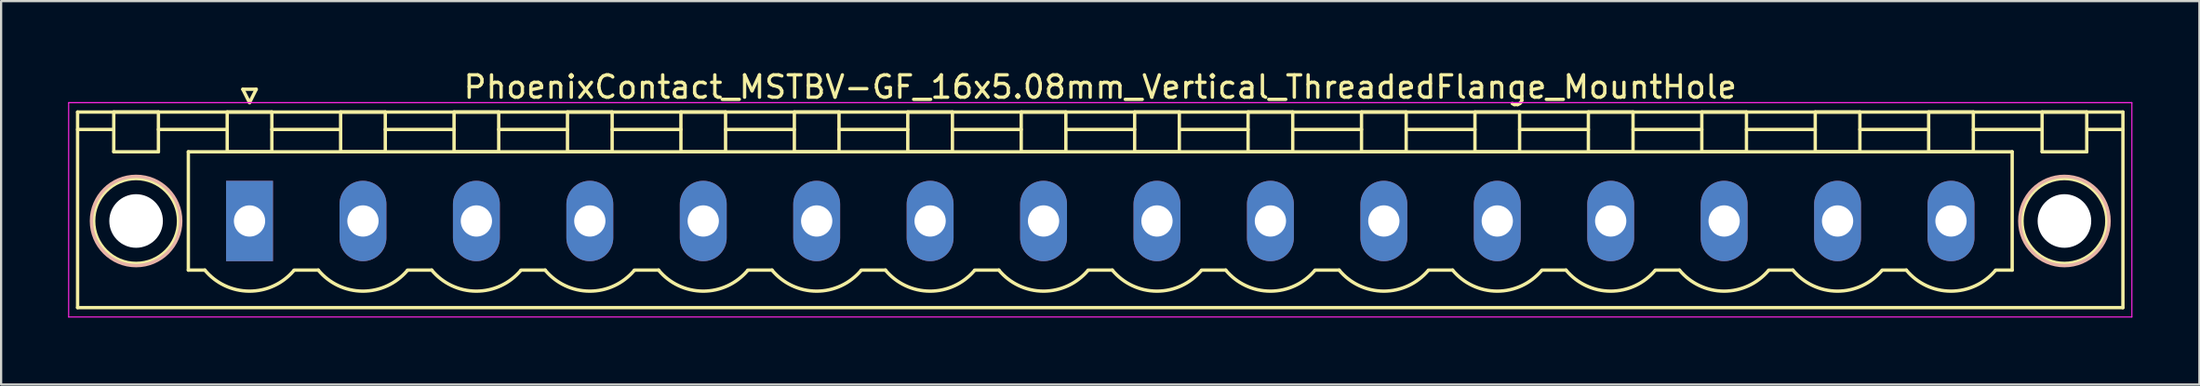
<source format=kicad_pcb>
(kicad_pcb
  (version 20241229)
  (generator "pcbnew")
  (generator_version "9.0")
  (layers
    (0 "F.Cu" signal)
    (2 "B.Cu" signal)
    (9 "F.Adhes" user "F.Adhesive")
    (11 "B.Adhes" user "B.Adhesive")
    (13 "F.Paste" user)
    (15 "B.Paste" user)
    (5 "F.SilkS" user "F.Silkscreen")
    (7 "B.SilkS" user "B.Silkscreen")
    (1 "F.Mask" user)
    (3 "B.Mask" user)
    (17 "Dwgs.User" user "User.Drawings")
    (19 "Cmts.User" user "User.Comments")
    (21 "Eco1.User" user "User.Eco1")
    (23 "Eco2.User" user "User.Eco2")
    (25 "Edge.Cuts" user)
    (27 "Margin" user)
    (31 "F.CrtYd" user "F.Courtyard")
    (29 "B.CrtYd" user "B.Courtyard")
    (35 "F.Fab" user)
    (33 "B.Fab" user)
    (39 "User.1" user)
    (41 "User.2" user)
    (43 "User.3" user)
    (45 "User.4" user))
  (footprint "PhoenixContact_MSTBV-GF_16x5.08mm_Vertical_ThreadedFlange_MountHole"
    (layer "F.Cu")
    (at 8.125 6.848)
    (property "Reference" "PhoenixContact_MSTBV-GF_16x5.08mm_Vertical_ThreadedFlange_MountHole" (at 38.1 -6 0) (layer "F.SilkS") (effects (font (size 1 1) (thickness 0.15))))
    (attr through_hole)
    (fp_line (start -7.7 -4.88) (end -7.7 3.88) (stroke (width 0.15) (type solid)) (layer "F.SilkS"))
    (fp_line (start -7.7 -4.1) (end -6.16 -4.1) (stroke (width 0.15) (type solid)) (layer "F.SilkS"))
    (fp_line (start -7.7 3.88) (end 83.9 3.88) (stroke (width 0.15) (type solid)) (layer "F.SilkS"))
    (fp_line (start -6.08 -4.88) (end -4.08 -4.88) (stroke (width 0.15) (type solid)) (layer "F.SilkS"))
    (fp_line (start -6.08 -3.1) (end -6.08 -4.88) (stroke (width 0.15) (type solid)) (layer "F.SilkS"))
    (fp_line (start -4.08 -4.88) (end -4.08 -3.1) (stroke (width 0.15) (type solid)) (layer "F.SilkS"))
    (fp_line (start -4.08 -4.1) (end -1 -4.1) (stroke (width 0.15) (type solid)) (layer "F.SilkS"))
    (fp_line (start -4.08 -3.1) (end -6.08 -3.1) (stroke (width 0.15) (type solid)) (layer "F.SilkS"))
    (fp_line (start -2.74 -3.1) (end 78.94 -3.1) (stroke (width 0.15) (type solid)) (layer "F.SilkS"))
    (fp_line (start -2.74 2.2) (end -2.74 -3.1) (stroke (width 0.15) (type solid)) (layer "F.SilkS"))
    (fp_line (start -2 2.2) (end -2.74 2.2) (stroke (width 0.15) (type solid)) (layer "F.SilkS"))
    (fp_line (start -1 -4.88) (end 1 -4.88) (stroke (width 0.15) (type solid)) (layer "F.SilkS"))
    (fp_line (start -1 -3.1) (end -1 -4.88) (stroke (width 0.15) (type solid)) (layer "F.SilkS"))
    (fp_line (start -0.3 -5.9) (end 0 -5.3) (stroke (width 0.15) (type solid)) (layer "F.SilkS"))
    (fp_line (start 0 -5.3) (end 0.3 -5.9) (stroke (width 0.15) (type solid)) (layer "F.SilkS"))
    (fp_line (start 0.3 -5.9) (end -0.3 -5.9) (stroke (width 0.15) (type solid)) (layer "F.SilkS"))
    (fp_line (start 1 -4.88) (end 1 -3.1) (stroke (width 0.15) (type solid)) (layer "F.SilkS"))
    (fp_line (start 1 -4.1) (end 4.08 -4.1) (stroke (width 0.15) (type solid)) (layer "F.SilkS"))
    (fp_line (start 1 -3.1) (end -1 -3.1) (stroke (width 0.15) (type solid)) (layer "F.SilkS"))
    (fp_line (start 2 2.2) (end 3.08 2.2) (stroke (width 0.15) (type solid)) (layer "F.SilkS"))
    (fp_line (start 4.08 -4.88) (end 6.08 -4.88) (stroke (width 0.15) (type solid)) (layer "F.SilkS"))
    (fp_line (start 4.08 -3.1) (end 4.08 -4.88) (stroke (width 0.15) (type solid)) (layer "F.SilkS"))
    (fp_line (start 6.08 -4.88) (end 6.08 -3.1) (stroke (width 0.15) (type solid)) (layer "F.SilkS"))
    (fp_line (start 6.08 -4.1) (end 9.16 -4.1) (stroke (width 0.15) (type solid)) (layer "F.SilkS"))
    (fp_line (start 6.08 -3.1) (end 4.08 -3.1) (stroke (width 0.15) (type solid)) (layer "F.SilkS"))
    (fp_line (start 7.08 2.2) (end 8.16 2.2) (stroke (width 0.15) (type solid)) (layer "F.SilkS"))
    (fp_line (start 9.16 -4.88) (end 11.16 -4.88) (stroke (width 0.15) (type solid)) (layer "F.SilkS"))
    (fp_line (start 9.16 -3.1) (end 9.16 -4.88) (stroke (width 0.15) (type solid)) (layer "F.SilkS"))
    (fp_line (start 11.16 -4.88) (end 11.16 -3.1) (stroke (width 0.15) (type solid)) (layer "F.SilkS"))
    (fp_line (start 11.16 -4.1) (end 14.24 -4.1) (stroke (width 0.15) (type solid)) (layer "F.SilkS"))
    (fp_line (start 11.16 -3.1) (end 9.16 -3.1) (stroke (width 0.15) (type solid)) (layer "F.SilkS"))
    (fp_line (start 12.16 2.2) (end 13.24 2.2) (stroke (width 0.15) (type solid)) (layer "F.SilkS"))
    (fp_line (start 14.24 -4.88) (end 16.24 -4.88) (stroke (width 0.15) (type solid)) (layer "F.SilkS"))
    (fp_line (start 14.24 -3.1) (end 14.24 -4.88) (stroke (width 0.15) (type solid)) (layer "F.SilkS"))
    (fp_line (start 16.24 -4.88) (end 16.24 -3.1) (stroke (width 0.15) (type solid)) (layer "F.SilkS"))
    (fp_line (start 16.24 -4.1) (end 19.32 -4.1) (stroke (width 0.15) (type solid)) (layer "F.SilkS"))
    (fp_line (start 16.24 -3.1) (end 14.24 -3.1) (stroke (width 0.15) (type solid)) (layer "F.SilkS"))
    (fp_line (start 17.24 2.2) (end 18.32 2.2) (stroke (width 0.15) (type solid)) (layer "F.SilkS"))
    (fp_line (start 19.32 -4.88) (end 21.32 -4.88) (stroke (width 0.15) (type solid)) (layer "F.SilkS"))
    (fp_line (start 19.32 -3.1) (end 19.32 -4.88) (stroke (width 0.15) (type solid)) (layer "F.SilkS"))
    (fp_line (start 21.32 -4.88) (end 21.32 -3.1) (stroke (width 0.15) (type solid)) (layer "F.SilkS"))
    (fp_line (start 21.32 -4.1) (end 24.4 -4.1) (stroke (width 0.15) (type solid)) (layer "F.SilkS"))
    (fp_line (start 21.32 -3.1) (end 19.32 -3.1) (stroke (width 0.15) (type solid)) (layer "F.SilkS"))
    (fp_line (start 22.32 2.2) (end 23.4 2.2) (stroke (width 0.15) (type solid)) (layer "F.SilkS"))
    (fp_line (start 24.4 -4.88) (end 26.4 -4.88) (stroke (width 0.15) (type solid)) (layer "F.SilkS"))
    (fp_line (start 24.4 -3.1) (end 24.4 -4.88) (stroke (width 0.15) (type solid)) (layer "F.SilkS"))
    (fp_line (start 26.4 -4.88) (end 26.4 -3.1) (stroke (width 0.15) (type solid)) (layer "F.SilkS"))
    (fp_line (start 26.4 -4.1) (end 29.48 -4.1) (stroke (width 0.15) (type solid)) (layer "F.SilkS"))
    (fp_line (start 26.4 -3.1) (end 24.4 -3.1) (stroke (width 0.15) (type solid)) (layer "F.SilkS"))
    (fp_line (start 27.4 2.2) (end 28.48 2.2) (stroke (width 0.15) (type solid)) (layer "F.SilkS"))
    (fp_line (start 29.48 -4.88) (end 31.48 -4.88) (stroke (width 0.15) (type solid)) (layer "F.SilkS"))
    (fp_line (start 29.48 -3.1) (end 29.48 -4.88) (stroke (width 0.15) (type solid)) (layer "F.SilkS"))
    (fp_line (start 31.48 -4.88) (end 31.48 -3.1) (stroke (width 0.15) (type solid)) (layer "F.SilkS"))
    (fp_line (start 31.48 -4.1) (end 34.56 -4.1) (stroke (width 0.15) (type solid)) (layer "F.SilkS"))
    (fp_line (start 31.48 -3.1) (end 29.48 -3.1) (stroke (width 0.15) (type solid)) (layer "F.SilkS"))
    (fp_line (start 32.48 2.2) (end 33.56 2.2) (stroke (width 0.15) (type solid)) (layer "F.SilkS"))
    (fp_line (start 34.56 -4.88) (end 36.56 -4.88) (stroke (width 0.15) (type solid)) (layer "F.SilkS"))
    (fp_line (start 34.56 -3.1) (end 34.56 -4.88) (stroke (width 0.15) (type solid)) (layer "F.SilkS"))
    (fp_line (start 36.56 -4.88) (end 36.56 -3.1) (stroke (width 0.15) (type solid)) (layer "F.SilkS"))
    (fp_line (start 36.56 -4.1) (end 39.64 -4.1) (stroke (width 0.15) (type solid)) (layer "F.SilkS"))
    (fp_line (start 36.56 -3.1) (end 34.56 -3.1) (stroke (width 0.15) (type solid)) (layer "F.SilkS"))
    (fp_line (start 37.56 2.2) (end 38.64 2.2) (stroke (width 0.15) (type solid)) (layer "F.SilkS"))
    (fp_line (start 39.64 -4.88) (end 41.64 -4.88) (stroke (width 0.15) (type solid)) (layer "F.SilkS"))
    (fp_line (start 39.64 -3.1) (end 39.64 -4.88) (stroke (width 0.15) (type solid)) (layer "F.SilkS"))
    (fp_line (start 41.64 -4.88) (end 41.64 -3.1) (stroke (width 0.15) (type solid)) (layer "F.SilkS"))
    (fp_line (start 41.64 -4.1) (end 44.72 -4.1) (stroke (width 0.15) (type solid)) (layer "F.SilkS"))
    (fp_line (start 41.64 -3.1) (end 39.64 -3.1) (stroke (width 0.15) (type solid)) (layer "F.SilkS"))
    (fp_line (start 42.64 2.2) (end 43.72 2.2) (stroke (width 0.15) (type solid)) (layer "F.SilkS"))
    (fp_line (start 44.72 -4.88) (end 46.72 -4.88) (stroke (width 0.15) (type solid)) (layer "F.SilkS"))
    (fp_line (start 44.72 -3.1) (end 44.72 -4.88) (stroke (width 0.15) (type solid)) (layer "F.SilkS"))
    (fp_line (start 46.72 -4.88) (end 46.72 -3.1) (stroke (width 0.15) (type solid)) (layer "F.SilkS"))
    (fp_line (start 46.72 -4.1) (end 49.8 -4.1) (stroke (width 0.15) (type solid)) (layer "F.SilkS"))
    (fp_line (start 46.72 -3.1) (end 44.72 -3.1) (stroke (width 0.15) (type solid)) (layer "F.SilkS"))
    (fp_line (start 47.72 2.2) (end 48.8 2.2) (stroke (width 0.15) (type solid)) (layer "F.SilkS"))
    (fp_line (start 49.8 -4.88) (end 51.8 -4.88) (stroke (width 0.15) (type solid)) (layer "F.SilkS"))
    (fp_line (start 49.8 -3.1) (end 49.8 -4.88) (stroke (width 0.15) (type solid)) (layer "F.SilkS"))
    (fp_line (start 51.8 -4.88) (end 51.8 -3.1) (stroke (width 0.15) (type solid)) (layer "F.SilkS"))
    (fp_line (start 51.8 -4.1) (end 54.88 -4.1) (stroke (width 0.15) (type solid)) (layer "F.SilkS"))
    (fp_line (start 51.8 -3.1) (end 49.8 -3.1) (stroke (width 0.15) (type solid)) (layer "F.SilkS"))
    (fp_line (start 52.8 2.2) (end 53.88 2.2) (stroke (width 0.15) (type solid)) (layer "F.SilkS"))
    (fp_line (start 54.88 -4.88) (end 56.88 -4.88) (stroke (width 0.15) (type solid)) (layer "F.SilkS"))
    (fp_line (start 54.88 -3.1) (end 54.88 -4.88) (stroke (width 0.15) (type solid)) (layer "F.SilkS"))
    (fp_line (start 56.88 -4.88) (end 56.88 -3.1) (stroke (width 0.15) (type solid)) (layer "F.SilkS"))
    (fp_line (start 56.88 -4.1) (end 59.96 -4.1) (stroke (width 0.15) (type solid)) (layer "F.SilkS"))
    (fp_line (start 56.88 -3.1) (end 54.88 -3.1) (stroke (width 0.15) (type solid)) (layer "F.SilkS"))
    (fp_line (start 57.88 2.2) (end 58.96 2.2) (stroke (width 0.15) (type solid)) (layer "F.SilkS"))
    (fp_line (start 59.96 -4.88) (end 61.96 -4.88) (stroke (width 0.15) (type solid)) (layer "F.SilkS"))
    (fp_line (start 59.96 -3.1) (end 59.96 -4.88) (stroke (width 0.15) (type solid)) (layer "F.SilkS"))
    (fp_line (start 61.96 -4.88) (end 61.96 -3.1) (stroke (width 0.15) (type solid)) (layer "F.SilkS"))
    (fp_line (start 61.96 -4.1) (end 65.04 -4.1) (stroke (width 0.15) (type solid)) (layer "F.SilkS"))
    (fp_line (start 61.96 -3.1) (end 59.96 -3.1) (stroke (width 0.15) (type solid)) (layer "F.SilkS"))
    (fp_line (start 62.96 2.2) (end 64.04 2.2) (stroke (width 0.15) (type solid)) (layer "F.SilkS"))
    (fp_line (start 65.04 -4.88) (end 67.04 -4.88) (stroke (width 0.15) (type solid)) (layer "F.SilkS"))
    (fp_line (start 65.04 -3.1) (end 65.04 -4.88) (stroke (width 0.15) (type solid)) (layer "F.SilkS"))
    (fp_line (start 67.04 -4.88) (end 67.04 -3.1) (stroke (width 0.15) (type solid)) (layer "F.SilkS"))
    (fp_line (start 67.04 -4.1) (end 70.12 -4.1) (stroke (width 0.15) (type solid)) (layer "F.SilkS"))
    (fp_line (start 67.04 -3.1) (end 65.04 -3.1) (stroke (width 0.15) (type solid)) (layer "F.SilkS"))
    (fp_line (start 68.04 2.2) (end 69.12 2.2) (stroke (width 0.15) (type solid)) (layer "F.SilkS"))
    (fp_line (start 70.12 -4.88) (end 72.12 -4.88) (stroke (width 0.15) (type solid)) (layer "F.SilkS"))
    (fp_line (start 70.12 -3.1) (end 70.12 -4.88) (stroke (width 0.15) (type solid)) (layer "F.SilkS"))
    (fp_line (start 72.12 -4.88) (end 72.12 -3.1) (stroke (width 0.15) (type solid)) (layer "F.SilkS"))
    (fp_line (start 72.12 -4.1) (end 75.2 -4.1) (stroke (width 0.15) (type solid)) (layer "F.SilkS"))
    (fp_line (start 72.12 -3.1) (end 70.12 -3.1) (stroke (width 0.15) (type solid)) (layer "F.SilkS"))
    (fp_line (start 73.12 2.2) (end 74.2 2.2) (stroke (width 0.15) (type solid)) (layer "F.SilkS"))
    (fp_line (start 75.2 -4.88) (end 77.2 -4.88) (stroke (width 0.15) (type solid)) (layer "F.SilkS"))
    (fp_line (start 75.2 -3.1) (end 75.2 -4.88) (stroke (width 0.15) (type solid)) (layer "F.SilkS"))
    (fp_line (start 77.2 -4.88) (end 77.2 -3.1) (stroke (width 0.15) (type solid)) (layer "F.SilkS"))
    (fp_line (start 77.2 -4.1) (end 80.28 -4.1) (stroke (width 0.15) (type solid)) (layer "F.SilkS"))
    (fp_line (start 77.2 -3.1) (end 75.2 -3.1) (stroke (width 0.15) (type solid)) (layer "F.SilkS"))
    (fp_line (start 78.94 -3.1) (end 78.94 2.2) (stroke (width 0.15) (type solid)) (layer "F.SilkS"))
    (fp_line (start 78.94 2.2) (end 78.2 2.2) (stroke (width 0.15) (type solid)) (layer "F.SilkS"))
    (fp_line (start 80.28 -4.88) (end 82.28 -4.88) (stroke (width 0.15) (type solid)) (layer "F.SilkS"))
    (fp_line (start 80.28 -3.1) (end 80.28 -4.88) (stroke (width 0.15) (type solid)) (layer "F.SilkS"))
    (fp_line (start 82.28 -4.88) (end 82.28 -3.1) (stroke (width 0.15) (type solid)) (layer "F.SilkS"))
    (fp_line (start 82.28 -3.1) (end 80.28 -3.1) (stroke (width 0.15) (type solid)) (layer "F.SilkS"))
    (fp_line (start 83.9 -4.88) (end -7.7 -4.88) (stroke (width 0.15) (type solid)) (layer "F.SilkS"))
    (fp_line (start 83.9 -4.1) (end 82.36 -4.1) (stroke (width 0.15) (type solid)) (layer "F.SilkS"))
    (fp_line (start 83.9 3.88) (end 83.9 -4.88) (stroke (width 0.15) (type solid)) (layer "F.SilkS"))
    (fp_arc (start 1.986842 2.215821) (mid -0.010289 3.142758) (end -2 2.2) (stroke (width 0.15) (type solid)) (layer "F.SilkS"))
    (fp_arc (start 7.066842 2.215821) (mid 5.069711 3.142758) (end 3.08 2.2) (stroke (width 0.15) (type solid)) (layer "F.SilkS"))
    (fp_arc (start 12.146842 2.215821) (mid 10.149711 3.142758) (end 8.16 2.2) (stroke (width 0.15) (type solid)) (layer "F.SilkS"))
    (fp_arc (start 17.226842 2.215821) (mid 15.229711 3.142758) (end 13.24 2.2) (stroke (width 0.15) (type solid)) (layer "F.SilkS"))
    (fp_arc (start 22.306842 2.215821) (mid 20.309711 3.142758) (end 18.32 2.2) (stroke (width 0.15) (type solid)) (layer "F.SilkS"))
    (fp_arc (start 27.386842 2.215821) (mid 25.389711 3.142758) (end 23.4 2.2) (stroke (width 0.15) (type solid)) (layer "F.SilkS"))
    (fp_arc (start 32.466842 2.215821) (mid 30.469711 3.142758) (end 28.48 2.2) (stroke (width 0.15) (type solid)) (layer "F.SilkS"))
    (fp_arc (start 37.546842 2.215821) (mid 35.549711 3.142758) (end 33.56 2.2) (stroke (width 0.15) (type solid)) (layer "F.SilkS"))
    (fp_arc (start 42.626842 2.215821) (mid 40.629711 3.142758) (end 38.64 2.2) (stroke (width 0.15) (type solid)) (layer "F.SilkS"))
    (fp_arc (start 47.706842 2.215821) (mid 45.709711 3.142758) (end 43.72 2.2) (stroke (width 0.15) (type solid)) (layer "F.SilkS"))
    (fp_arc (start 52.786842 2.215821) (mid 50.789711 3.142758) (end 48.8 2.2) (stroke (width 0.15) (type solid)) (layer "F.SilkS"))
    (fp_arc (start 57.866842 2.215821) (mid 55.869711 3.142758) (end 53.88 2.2) (stroke (width 0.15) (type solid)) (layer "F.SilkS"))
    (fp_arc (start 62.946842 2.215821) (mid 60.949711 3.142758) (end 58.96 2.2) (stroke (width 0.15) (type solid)) (layer "F.SilkS"))
    (fp_arc (start 68.026842 2.215821) (mid 66.029711 3.142758) (end 64.04 2.2) (stroke (width 0.15) (type solid)) (layer "F.SilkS"))
    (fp_arc (start 73.106842 2.215821) (mid 71.109711 3.142758) (end 69.12 2.2) (stroke (width 0.15) (type solid)) (layer "F.SilkS"))
    (fp_arc (start 78.186842 2.215821) (mid 76.189711 3.142758) (end 74.2 2.2) (stroke (width 0.15) (type solid)) (layer "F.SilkS"))
    (fp_circle (center -5.08 0) (end -3.18 0) (stroke (width 0.15) (type solid)) (fill no) (layer "F.SilkS"))
    (fp_circle (center 81.28 0) (end 83.18 0) (stroke (width 0.15) (type solid)) (fill no) (layer "F.SilkS"))
    (fp_circle (center -5.08 0) (end -3.08 0) (stroke (width 0.15) (type solid)) (fill no) (layer "B.SilkS"))
    (fp_circle (center 81.28 0) (end 83.28 0) (stroke (width 0.15) (type solid)) (fill no) (layer "B.SilkS"))
    (fp_line (start -8.1 -5.3) (end -8.1 4.3) (stroke (width 0.05) (type solid)) (layer "F.CrtYd"))
    (fp_line (start -8.1 4.3) (end 84.3 4.3) (stroke (width 0.05) (type solid)) (layer "F.CrtYd"))
    (fp_line (start 84.3 -5.3) (end -8.1 -5.3) (stroke (width 0.05) (type solid)) (layer "F.CrtYd"))
    (fp_line (start 84.3 4.3) (end 84.3 -5.3) (stroke (width 0.05) (type solid)) (layer "F.CrtYd"))
    (pad "" np_thru_hole circle (at -5.08 0) (size 2.4 2.4) (drill 2.4) (layers "*.Cu" "*.Mask"))
    (pad "" np_thru_hole circle (at 81.28 0) (size 2.4 2.4) (drill 2.4) (layers "*.Cu" "*.Mask"))
    (pad "1" thru_hole rect (at 0 0) (size 2.1 3.6) (drill 1.4) (layers "*.Cu" "*.Mask"))
    (pad "2" thru_hole oval (at 5.08 0) (size 2.1 3.6) (drill 1.4) (layers "*.Cu" "*.Mask"))
    (pad "3" thru_hole oval (at 10.16 0) (size 2.1 3.6) (drill 1.4) (layers "*.Cu" "*.Mask"))
    (pad "4" thru_hole oval (at 15.24 0) (size 2.1 3.6) (drill 1.4) (layers "*.Cu" "*.Mask"))
    (pad "5" thru_hole oval (at 20.32 0) (size 2.1 3.6) (drill 1.4) (layers "*.Cu" "*.Mask"))
    (pad "6" thru_hole oval (at 25.4 0) (size 2.1 3.6) (drill 1.4) (layers "*.Cu" "*.Mask"))
    (pad "7" thru_hole oval (at 30.48 0) (size 2.1 3.6) (drill 1.4) (layers "*.Cu" "*.Mask"))
    (pad "8" thru_hole oval (at 35.56 0) (size 2.1 3.6) (drill 1.4) (layers "*.Cu" "*.Mask"))
    (pad "9" thru_hole oval (at 40.64 0) (size 2.1 3.6) (drill 1.4) (layers "*.Cu" "*.Mask"))
    (pad "10" thru_hole oval (at 45.72 0) (size 2.1 3.6) (drill 1.4) (layers "*.Cu" "*.Mask"))
    (pad "11" thru_hole oval (at 50.8 0) (size 2.1 3.6) (drill 1.4) (layers "*.Cu" "*.Mask"))
    (pad "12" thru_hole oval (at 55.88 0) (size 2.1 3.6) (drill 1.4) (layers "*.Cu" "*.Mask"))
    (pad "13" thru_hole oval (at 60.96 0) (size 2.1 3.6) (drill 1.4) (layers "*.Cu" "*.Mask"))
    (pad "14" thru_hole oval (at 66.04 0) (size 2.1 3.6) (drill 1.4) (layers "*.Cu" "*.Mask"))
    (pad "15" thru_hole oval (at 71.12 0) (size 2.1 3.6) (drill 1.4) (layers "*.Cu" "*.Mask"))
    (pad "16" thru_hole oval (at 76.2 0) (size 2.1 3.6) (drill 1.4) (layers "*.Cu" "*.Mask")))
  (gr_rect
    (start -3 -3)
    (end 95.45 14.173)
    (stroke (width 0.1) (type default))
    (fill no)
    (layer "Edge.Cuts")))
</source>
